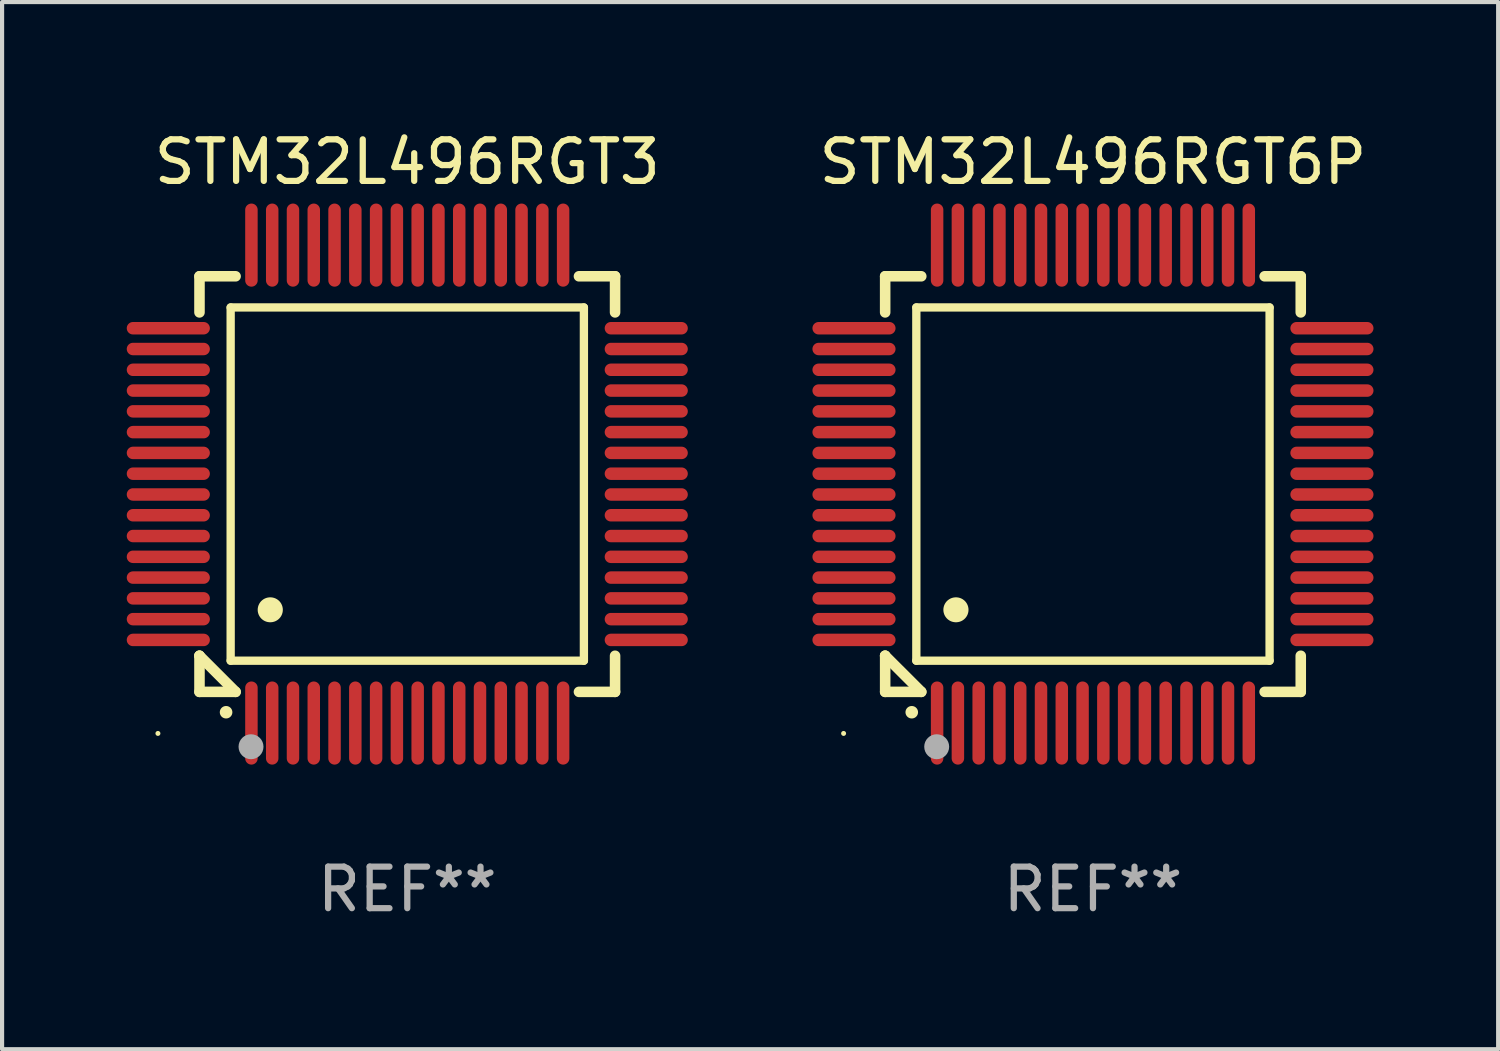
<source format=kicad_pcb>
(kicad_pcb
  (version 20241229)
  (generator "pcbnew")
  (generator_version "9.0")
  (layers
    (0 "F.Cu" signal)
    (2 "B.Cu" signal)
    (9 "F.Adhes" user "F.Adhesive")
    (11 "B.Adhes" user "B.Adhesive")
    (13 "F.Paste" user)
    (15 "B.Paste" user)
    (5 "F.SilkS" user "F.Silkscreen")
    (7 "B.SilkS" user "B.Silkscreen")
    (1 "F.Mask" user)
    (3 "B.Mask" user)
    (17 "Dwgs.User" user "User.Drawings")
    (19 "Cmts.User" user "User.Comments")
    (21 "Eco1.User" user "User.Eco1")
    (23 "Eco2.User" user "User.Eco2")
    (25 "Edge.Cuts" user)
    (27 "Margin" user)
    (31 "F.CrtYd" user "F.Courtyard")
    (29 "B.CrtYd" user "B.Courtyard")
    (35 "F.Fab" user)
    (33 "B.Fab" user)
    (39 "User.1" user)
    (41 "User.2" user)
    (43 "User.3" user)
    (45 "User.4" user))
  (footprint "STM32L496RGT6P"
    (layer "F.Cu")
    (at 23.249 8.598)
    (property "Reference" "STM32L496RGT6P" (at 0 -7.75 0) (layer "F.SilkS") (effects (font (size 1 1) (thickness 0.15))))
    (attr through_hole)
    (fp_line (start -5 -5) (end -4.131 -5) (stroke (width 0.254) (type solid)) (layer "F.SilkS"))
    (fp_line (start -5 -4.131) (end -5 -5) (stroke (width 0.254) (type solid)) (layer "F.SilkS"))
    (fp_line (start -5 4.131) (end -5 4.131) (stroke (width 0.254) (type solid)) (layer "F.SilkS"))
    (fp_line (start -5 5) (end -5 4.131) (stroke (width 0.254) (type solid)) (layer "F.SilkS"))
    (fp_line (start -5 4.131) (end -4.131 5) (stroke (width 0.254) (type solid)) (layer "F.SilkS"))
    (fp_line (start -4.25 -4.25) (end -4.25 4.25) (stroke (width 0.2) (type solid)) (layer "F.SilkS"))
    (fp_line (start -4.25 4.25) (end 4.25 4.25) (stroke (width 0.2) (type solid)) (layer "F.SilkS"))
    (fp_line (start -4.131 5) (end -5 5) (stroke (width 0.254) (type solid)) (layer "F.SilkS"))
    (fp_line (start 4.25 -4.25) (end -4.25 -4.25) (stroke (width 0.2) (type solid)) (layer "F.SilkS"))
    (fp_line (start 4.25 4.25) (end 4.25 -4.25) (stroke (width 0.2) (type solid)) (layer "F.SilkS"))
    (fp_line (start 5 -5) (end 4.131 -5) (stroke (width 0.254) (type solid)) (layer "F.SilkS"))
    (fp_line (start 5 -5) (end 5 -4.131) (stroke (width 0.254) (type solid)) (layer "F.SilkS"))
    (fp_line (start 5 4.131) (end 5 5) (stroke (width 0.254) (type solid)) (layer "F.SilkS"))
    (fp_line (start 5 5) (end 4.131 5) (stroke (width 0.254) (type solid)) (layer "F.SilkS"))
    (fp_arc (start -4.361265 5.489992) (mid -4.359995 5.489987) (end -4.358725 5.489992) (stroke (width 0.3) (type solid)) (layer "F.SilkS"))
    (fp_arc (start -3.299467 3.025146) (mid -3.296927 3.025135) (end -3.294387 3.025146) (stroke (width 0.6) (type solid)) (layer "F.SilkS"))
    (fp_circle (center -6 6) (end -5.97 6) (stroke (width 0.06) (type solid)) (fill no) (layer "F.SilkS"))
    (fp_circle (center -3.76 6.32) (end -3.61 6.32) (stroke (width 0.3) (type solid)) (fill no) (layer "F.Fab"))
    (fp_text user "REF**" (at 0 9.75 0) (layer "F.Fab") (effects (font (size 1 1) (thickness 0.15))))
    (pad "1" smd oval (at -3.75 5.75) (size 0.3 2) (layers "F.Cu" "F.Mask" "F.Paste"))
    (pad "2" smd oval (at -3.25 5.75) (size 0.3 2) (layers "F.Cu" "F.Mask" "F.Paste"))
    (pad "3" smd oval (at -2.75 5.75) (size 0.3 2) (layers "F.Cu" "F.Mask" "F.Paste"))
    (pad "4" smd oval (at -2.25 5.75) (size 0.3 2) (layers "F.Cu" "F.Mask" "F.Paste"))
    (pad "5" smd oval (at -1.75 5.75) (size 0.3 2) (layers "F.Cu" "F.Mask" "F.Paste"))
    (pad "6" smd oval (at -1.25 5.75) (size 0.3 2) (layers "F.Cu" "F.Mask" "F.Paste"))
    (pad "7" smd oval (at -0.75 5.75) (size 0.3 2) (layers "F.Cu" "F.Mask" "F.Paste"))
    (pad "8" smd oval (at -0.25 5.75) (size 0.3 2) (layers "F.Cu" "F.Mask" "F.Paste"))
    (pad "9" smd oval (at 0.25 5.75) (size 0.3 2) (layers "F.Cu" "F.Mask" "F.Paste"))
    (pad "10" smd oval (at 0.75 5.75) (size 0.3 2) (layers "F.Cu" "F.Mask" "F.Paste"))
    (pad "11" smd oval (at 1.25 5.75) (size 0.3 2) (layers "F.Cu" "F.Mask" "F.Paste"))
    (pad "12" smd oval (at 1.75 5.75) (size 0.3 2) (layers "F.Cu" "F.Mask" "F.Paste"))
    (pad "13" smd oval (at 2.25 5.75) (size 0.3 2) (layers "F.Cu" "F.Mask" "F.Paste"))
    (pad "14" smd oval (at 2.75 5.75) (size 0.3 2) (layers "F.Cu" "F.Mask" "F.Paste"))
    (pad "15" smd oval (at 3.25 5.75) (size 0.3 2) (layers "F.Cu" "F.Mask" "F.Paste"))
    (pad "16" smd oval (at 3.75 5.75) (size 0.3 2) (layers "F.Cu" "F.Mask" "F.Paste"))
    (pad "17" smd oval (at 5.75 3.75) (size 2 0.3) (layers "F.Cu" "F.Mask" "F.Paste"))
    (pad "18" smd oval (at 5.75 3.25) (size 2 0.3) (layers "F.Cu" "F.Mask" "F.Paste"))
    (pad "19" smd oval (at 5.75 2.75) (size 2 0.3) (layers "F.Cu" "F.Mask" "F.Paste"))
    (pad "20" smd oval (at 5.75 2.25) (size 2 0.3) (layers "F.Cu" "F.Mask" "F.Paste"))
    (pad "21" smd oval (at 5.75 1.75) (size 2 0.3) (layers "F.Cu" "F.Mask" "F.Paste"))
    (pad "22" smd oval (at 5.75 1.25) (size 2 0.3) (layers "F.Cu" "F.Mask" "F.Paste"))
    (pad "23" smd oval (at 5.75 0.75) (size 2 0.3) (layers "F.Cu" "F.Mask" "F.Paste"))
    (pad "24" smd oval (at 5.75 0.25) (size 2 0.3) (layers "F.Cu" "F.Mask" "F.Paste"))
    (pad "25" smd oval (at 5.75 -0.25) (size 2 0.3) (layers "F.Cu" "F.Mask" "F.Paste"))
    (pad "26" smd oval (at 5.75 -0.75) (size 2 0.3) (layers "F.Cu" "F.Mask" "F.Paste"))
    (pad "27" smd oval (at 5.75 -1.25) (size 2 0.3) (layers "F.Cu" "F.Mask" "F.Paste"))
    (pad "28" smd oval (at 5.75 -1.75) (size 2 0.3) (layers "F.Cu" "F.Mask" "F.Paste"))
    (pad "29" smd oval (at 5.75 -2.25) (size 2 0.3) (layers "F.Cu" "F.Mask" "F.Paste"))
    (pad "30" smd oval (at 5.75 -2.75) (size 2 0.3) (layers "F.Cu" "F.Mask" "F.Paste"))
    (pad "31" smd oval (at 5.75 -3.25) (size 2 0.3) (layers "F.Cu" "F.Mask" "F.Paste"))
    (pad "32" smd oval (at 5.75 -3.75) (size 2 0.3) (layers "F.Cu" "F.Mask" "F.Paste"))
    (pad "33" smd oval (at 3.75 -5.75) (size 0.3 2) (layers "F.Cu" "F.Mask" "F.Paste"))
    (pad "34" smd oval (at 3.25 -5.75) (size 0.3 2) (layers "F.Cu" "F.Mask" "F.Paste"))
    (pad "35" smd oval (at 2.75 -5.75) (size 0.3 2) (layers "F.Cu" "F.Mask" "F.Paste"))
    (pad "36" smd oval (at 2.25 -5.75) (size 0.3 2) (layers "F.Cu" "F.Mask" "F.Paste"))
    (pad "37" smd oval (at 1.75 -5.75) (size 0.3 2) (layers "F.Cu" "F.Mask" "F.Paste"))
    (pad "38" smd oval (at 1.25 -5.75) (size 0.3 2) (layers "F.Cu" "F.Mask" "F.Paste"))
    (pad "39" smd oval (at 0.75 -5.75) (size 0.3 2) (layers "F.Cu" "F.Mask" "F.Paste"))
    (pad "40" smd oval (at 0.25 -5.75) (size 0.3 2) (layers "F.Cu" "F.Mask" "F.Paste"))
    (pad "41" smd oval (at -0.25 -5.75) (size 0.3 2) (layers "F.Cu" "F.Mask" "F.Paste"))
    (pad "42" smd oval (at -0.75 -5.75) (size 0.3 2) (layers "F.Cu" "F.Mask" "F.Paste"))
    (pad "43" smd oval (at -1.25 -5.75) (size 0.3 2) (layers "F.Cu" "F.Mask" "F.Paste"))
    (pad "44" smd oval (at -1.75 -5.75) (size 0.3 2) (layers "F.Cu" "F.Mask" "F.Paste"))
    (pad "45" smd oval (at -2.25 -5.75) (size 0.3 2) (layers "F.Cu" "F.Mask" "F.Paste"))
    (pad "46" smd oval (at -2.75 -5.75) (size 0.3 2) (layers "F.Cu" "F.Mask" "F.Paste"))
    (pad "47" smd oval (at -3.25 -5.75) (size 0.3 2) (layers "F.Cu" "F.Mask" "F.Paste"))
    (pad "48" smd oval (at -3.75 -5.75) (size 0.3 2) (layers "F.Cu" "F.Mask" "F.Paste"))
    (pad "49" smd oval (at -5.75 -3.75) (size 2 0.3) (layers "F.Cu" "F.Mask" "F.Paste"))
    (pad "50" smd oval (at -5.75 -3.25) (size 2 0.3) (layers "F.Cu" "F.Mask" "F.Paste"))
    (pad "51" smd oval (at -5.75 -2.75) (size 2 0.3) (layers "F.Cu" "F.Mask" "F.Paste"))
    (pad "52" smd oval (at -5.75 -2.25) (size 2 0.3) (layers "F.Cu" "F.Mask" "F.Paste"))
    (pad "53" smd oval (at -5.75 -1.75) (size 2 0.3) (layers "F.Cu" "F.Mask" "F.Paste"))
    (pad "54" smd oval (at -5.75 -1.25) (size 2 0.3) (layers "F.Cu" "F.Mask" "F.Paste"))
    (pad "55" smd oval (at -5.75 -0.75) (size 2 0.3) (layers "F.Cu" "F.Mask" "F.Paste"))
    (pad "56" smd oval (at -5.75 -0.25) (size 2 0.3) (layers "F.Cu" "F.Mask" "F.Paste"))
    (pad "57" smd oval (at -5.75 0.25) (size 2 0.3) (layers "F.Cu" "F.Mask" "F.Paste"))
    (pad "58" smd oval (at -5.75 0.75) (size 2 0.3) (layers "F.Cu" "F.Mask" "F.Paste"))
    (pad "59" smd oval (at -5.75 1.25) (size 2 0.3) (layers "F.Cu" "F.Mask" "F.Paste"))
    (pad "60" smd oval (at -5.75 1.75) (size 2 0.3) (layers "F.Cu" "F.Mask" "F.Paste"))
    (pad "61" smd oval (at -5.75 2.25) (size 2 0.3) (layers "F.Cu" "F.Mask" "F.Paste"))
    (pad "62" smd oval (at -5.75 2.75) (size 2 0.3) (layers "F.Cu" "F.Mask" "F.Paste"))
    (pad "63" smd oval (at -5.75 3.25) (size 2 0.3) (layers "F.Cu" "F.Mask" "F.Paste"))
    (pad "64" smd oval (at -5.75 3.75) (size 2 0.3) (layers "F.Cu" "F.Mask" "F.Paste")))
  (footprint "STM32L496RGT3"
    (layer "F.Cu")
    (at 6.75 8.598)
    (property "Reference" "STM32L496RGT3" (at 0 -7.75 0) (layer "F.SilkS") (effects (font (size 1 1) (thickness 0.15))))
    (attr through_hole)
    (fp_line (start -5 -5) (end -4.131 -5) (stroke (width 0.254) (type solid)) (layer "F.SilkS"))
    (fp_line (start -5 -4.131) (end -5 -5) (stroke (width 0.254) (type solid)) (layer "F.SilkS"))
    (fp_line (start -5 4.131) (end -5 4.131) (stroke (width 0.254) (type solid)) (layer "F.SilkS"))
    (fp_line (start -5 5) (end -5 4.131) (stroke (width 0.254) (type solid)) (layer "F.SilkS"))
    (fp_line (start -5 4.131) (end -4.131 5) (stroke (width 0.254) (type solid)) (layer "F.SilkS"))
    (fp_line (start -4.25 -4.25) (end -4.25 4.25) (stroke (width 0.2) (type solid)) (layer "F.SilkS"))
    (fp_line (start -4.25 4.25) (end 4.25 4.25) (stroke (width 0.2) (type solid)) (layer "F.SilkS"))
    (fp_line (start -4.131 5) (end -5 5) (stroke (width 0.254) (type solid)) (layer "F.SilkS"))
    (fp_line (start 4.25 -4.25) (end -4.25 -4.25) (stroke (width 0.2) (type solid)) (layer "F.SilkS"))
    (fp_line (start 4.25 4.25) (end 4.25 -4.25) (stroke (width 0.2) (type solid)) (layer "F.SilkS"))
    (fp_line (start 5 -5) (end 4.131 -5) (stroke (width 0.254) (type solid)) (layer "F.SilkS"))
    (fp_line (start 5 -5) (end 5 -4.131) (stroke (width 0.254) (type solid)) (layer "F.SilkS"))
    (fp_line (start 5 4.131) (end 5 5) (stroke (width 0.254) (type solid)) (layer "F.SilkS"))
    (fp_line (start 5 5) (end 4.131 5) (stroke (width 0.254) (type solid)) (layer "F.SilkS"))
    (fp_arc (start -4.361265 5.489992) (mid -4.359995 5.489987) (end -4.358725 5.489992) (stroke (width 0.3) (type solid)) (layer "F.SilkS"))
    (fp_arc (start -3.299467 3.025146) (mid -3.296927 3.025135) (end -3.294387 3.025146) (stroke (width 0.6) (type solid)) (layer "F.SilkS"))
    (fp_circle (center -6 6) (end -5.97 6) (stroke (width 0.06) (type solid)) (fill no) (layer "F.SilkS"))
    (fp_circle (center -3.76 6.32) (end -3.61 6.32) (stroke (width 0.3) (type solid)) (fill no) (layer "F.Fab"))
    (fp_text user "REF**" (at 0 9.75 0) (layer "F.Fab") (effects (font (size 1 1) (thickness 0.15))))
    (pad "1" smd oval (at -3.75 5.75) (size 0.3 2) (layers "F.Cu" "F.Mask" "F.Paste"))
    (pad "2" smd oval (at -3.25 5.75) (size 0.3 2) (layers "F.Cu" "F.Mask" "F.Paste"))
    (pad "3" smd oval (at -2.75 5.75) (size 0.3 2) (layers "F.Cu" "F.Mask" "F.Paste"))
    (pad "4" smd oval (at -2.25 5.75) (size 0.3 2) (layers "F.Cu" "F.Mask" "F.Paste"))
    (pad "5" smd oval (at -1.75 5.75) (size 0.3 2) (layers "F.Cu" "F.Mask" "F.Paste"))
    (pad "6" smd oval (at -1.25 5.75) (size 0.3 2) (layers "F.Cu" "F.Mask" "F.Paste"))
    (pad "7" smd oval (at -0.75 5.75) (size 0.3 2) (layers "F.Cu" "F.Mask" "F.Paste"))
    (pad "8" smd oval (at -0.25 5.75) (size 0.3 2) (layers "F.Cu" "F.Mask" "F.Paste"))
    (pad "9" smd oval (at 0.25 5.75) (size 0.3 2) (layers "F.Cu" "F.Mask" "F.Paste"))
    (pad "10" smd oval (at 0.75 5.75) (size 0.3 2) (layers "F.Cu" "F.Mask" "F.Paste"))
    (pad "11" smd oval (at 1.25 5.75) (size 0.3 2) (layers "F.Cu" "F.Mask" "F.Paste"))
    (pad "12" smd oval (at 1.75 5.75) (size 0.3 2) (layers "F.Cu" "F.Mask" "F.Paste"))
    (pad "13" smd oval (at 2.25 5.75) (size 0.3 2) (layers "F.Cu" "F.Mask" "F.Paste"))
    (pad "14" smd oval (at 2.75 5.75) (size 0.3 2) (layers "F.Cu" "F.Mask" "F.Paste"))
    (pad "15" smd oval (at 3.25 5.75) (size 0.3 2) (layers "F.Cu" "F.Mask" "F.Paste"))
    (pad "16" smd oval (at 3.75 5.75) (size 0.3 2) (layers "F.Cu" "F.Mask" "F.Paste"))
    (pad "17" smd oval (at 5.75 3.75) (size 2 0.3) (layers "F.Cu" "F.Mask" "F.Paste"))
    (pad "18" smd oval (at 5.75 3.25) (size 2 0.3) (layers "F.Cu" "F.Mask" "F.Paste"))
    (pad "19" smd oval (at 5.75 2.75) (size 2 0.3) (layers "F.Cu" "F.Mask" "F.Paste"))
    (pad "20" smd oval (at 5.75 2.25) (size 2 0.3) (layers "F.Cu" "F.Mask" "F.Paste"))
    (pad "21" smd oval (at 5.75 1.75) (size 2 0.3) (layers "F.Cu" "F.Mask" "F.Paste"))
    (pad "22" smd oval (at 5.75 1.25) (size 2 0.3) (layers "F.Cu" "F.Mask" "F.Paste"))
    (pad "23" smd oval (at 5.75 0.75) (size 2 0.3) (layers "F.Cu" "F.Mask" "F.Paste"))
    (pad "24" smd oval (at 5.75 0.25) (size 2 0.3) (layers "F.Cu" "F.Mask" "F.Paste"))
    (pad "25" smd oval (at 5.75 -0.25) (size 2 0.3) (layers "F.Cu" "F.Mask" "F.Paste"))
    (pad "26" smd oval (at 5.75 -0.75) (size 2 0.3) (layers "F.Cu" "F.Mask" "F.Paste"))
    (pad "27" smd oval (at 5.75 -1.25) (size 2 0.3) (layers "F.Cu" "F.Mask" "F.Paste"))
    (pad "28" smd oval (at 5.75 -1.75) (size 2 0.3) (layers "F.Cu" "F.Mask" "F.Paste"))
    (pad "29" smd oval (at 5.75 -2.25) (size 2 0.3) (layers "F.Cu" "F.Mask" "F.Paste"))
    (pad "30" smd oval (at 5.75 -2.75) (size 2 0.3) (layers "F.Cu" "F.Mask" "F.Paste"))
    (pad "31" smd oval (at 5.75 -3.25) (size 2 0.3) (layers "F.Cu" "F.Mask" "F.Paste"))
    (pad "32" smd oval (at 5.75 -3.75) (size 2 0.3) (layers "F.Cu" "F.Mask" "F.Paste"))
    (pad "33" smd oval (at 3.75 -5.75) (size 0.3 2) (layers "F.Cu" "F.Mask" "F.Paste"))
    (pad "34" smd oval (at 3.25 -5.75) (size 0.3 2) (layers "F.Cu" "F.Mask" "F.Paste"))
    (pad "35" smd oval (at 2.75 -5.75) (size 0.3 2) (layers "F.Cu" "F.Mask" "F.Paste"))
    (pad "36" smd oval (at 2.25 -5.75) (size 0.3 2) (layers "F.Cu" "F.Mask" "F.Paste"))
    (pad "37" smd oval (at 1.75 -5.75) (size 0.3 2) (layers "F.Cu" "F.Mask" "F.Paste"))
    (pad "38" smd oval (at 1.25 -5.75) (size 0.3 2) (layers "F.Cu" "F.Mask" "F.Paste"))
    (pad "39" smd oval (at 0.75 -5.75) (size 0.3 2) (layers "F.Cu" "F.Mask" "F.Paste"))
    (pad "40" smd oval (at 0.25 -5.75) (size 0.3 2) (layers "F.Cu" "F.Mask" "F.Paste"))
    (pad "41" smd oval (at -0.25 -5.75) (size 0.3 2) (layers "F.Cu" "F.Mask" "F.Paste"))
    (pad "42" smd oval (at -0.75 -5.75) (size 0.3 2) (layers "F.Cu" "F.Mask" "F.Paste"))
    (pad "43" smd oval (at -1.25 -5.75) (size 0.3 2) (layers "F.Cu" "F.Mask" "F.Paste"))
    (pad "44" smd oval (at -1.75 -5.75) (size 0.3 2) (layers "F.Cu" "F.Mask" "F.Paste"))
    (pad "45" smd oval (at -2.25 -5.75) (size 0.3 2) (layers "F.Cu" "F.Mask" "F.Paste"))
    (pad "46" smd oval (at -2.75 -5.75) (size 0.3 2) (layers "F.Cu" "F.Mask" "F.Paste"))
    (pad "47" smd oval (at -3.25 -5.75) (size 0.3 2) (layers "F.Cu" "F.Mask" "F.Paste"))
    (pad "48" smd oval (at -3.75 -5.75) (size 0.3 2) (layers "F.Cu" "F.Mask" "F.Paste"))
    (pad "49" smd oval (at -5.75 -3.75) (size 2 0.3) (layers "F.Cu" "F.Mask" "F.Paste"))
    (pad "50" smd oval (at -5.75 -3.25) (size 2 0.3) (layers "F.Cu" "F.Mask" "F.Paste"))
    (pad "51" smd oval (at -5.75 -2.75) (size 2 0.3) (layers "F.Cu" "F.Mask" "F.Paste"))
    (pad "52" smd oval (at -5.75 -2.25) (size 2 0.3) (layers "F.Cu" "F.Mask" "F.Paste"))
    (pad "53" smd oval (at -5.75 -1.75) (size 2 0.3) (layers "F.Cu" "F.Mask" "F.Paste"))
    (pad "54" smd oval (at -5.75 -1.25) (size 2 0.3) (layers "F.Cu" "F.Mask" "F.Paste"))
    (pad "55" smd oval (at -5.75 -0.75) (size 2 0.3) (layers "F.Cu" "F.Mask" "F.Paste"))
    (pad "56" smd oval (at -5.75 -0.25) (size 2 0.3) (layers "F.Cu" "F.Mask" "F.Paste"))
    (pad "57" smd oval (at -5.75 0.25) (size 2 0.3) (layers "F.Cu" "F.Mask" "F.Paste"))
    (pad "58" smd oval (at -5.75 0.75) (size 2 0.3) (layers "F.Cu" "F.Mask" "F.Paste"))
    (pad "59" smd oval (at -5.75 1.25) (size 2 0.3) (layers "F.Cu" "F.Mask" "F.Paste"))
    (pad "60" smd oval (at -5.75 1.75) (size 2 0.3) (layers "F.Cu" "F.Mask" "F.Paste"))
    (pad "61" smd oval (at -5.75 2.25) (size 2 0.3) (layers "F.Cu" "F.Mask" "F.Paste"))
    (pad "62" smd oval (at -5.75 2.75) (size 2 0.3) (layers "F.Cu" "F.Mask" "F.Paste"))
    (pad "63" smd oval (at -5.75 3.25) (size 2 0.3) (layers "F.Cu" "F.Mask" "F.Paste"))
    (pad "64" smd oval (at -5.75 3.75) (size 2 0.3) (layers "F.Cu" "F.Mask" "F.Paste")))
  (gr_rect
    (start -3 -3)
    (end 32.999 22.196)
    (stroke (width 0.1) (type default))
    (fill no)
    (layer "Edge.Cuts")))
</source>
